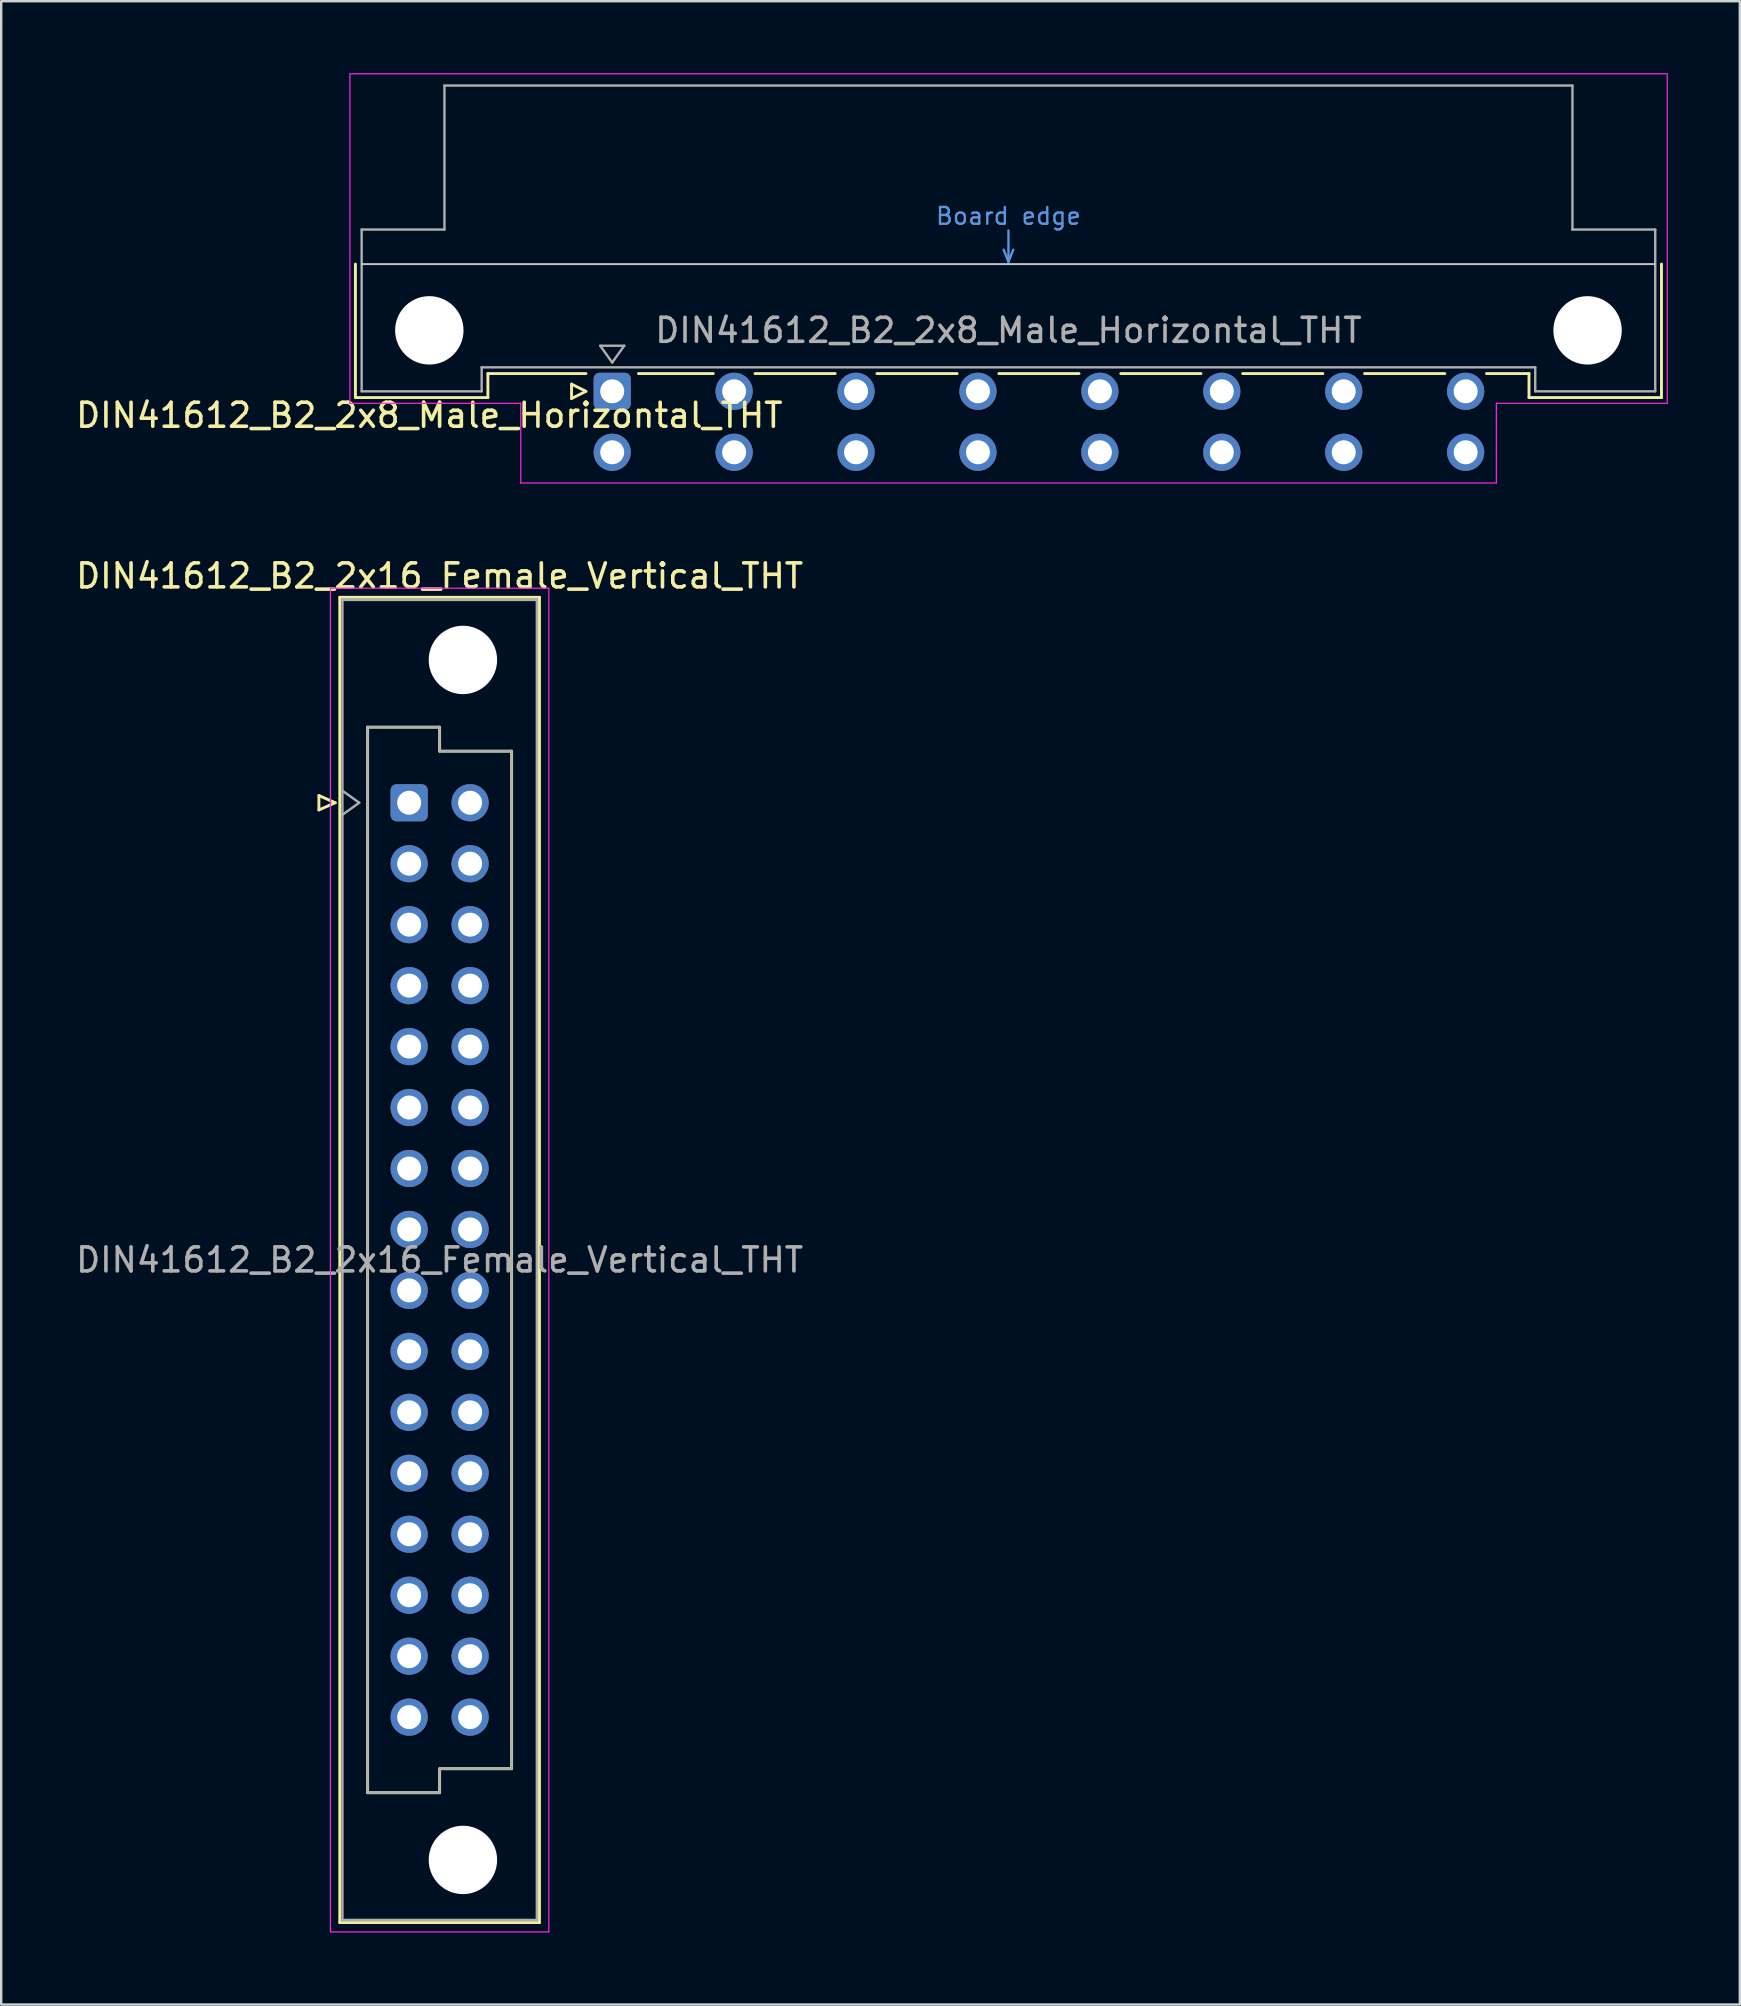
<source format=kicad_pcb>
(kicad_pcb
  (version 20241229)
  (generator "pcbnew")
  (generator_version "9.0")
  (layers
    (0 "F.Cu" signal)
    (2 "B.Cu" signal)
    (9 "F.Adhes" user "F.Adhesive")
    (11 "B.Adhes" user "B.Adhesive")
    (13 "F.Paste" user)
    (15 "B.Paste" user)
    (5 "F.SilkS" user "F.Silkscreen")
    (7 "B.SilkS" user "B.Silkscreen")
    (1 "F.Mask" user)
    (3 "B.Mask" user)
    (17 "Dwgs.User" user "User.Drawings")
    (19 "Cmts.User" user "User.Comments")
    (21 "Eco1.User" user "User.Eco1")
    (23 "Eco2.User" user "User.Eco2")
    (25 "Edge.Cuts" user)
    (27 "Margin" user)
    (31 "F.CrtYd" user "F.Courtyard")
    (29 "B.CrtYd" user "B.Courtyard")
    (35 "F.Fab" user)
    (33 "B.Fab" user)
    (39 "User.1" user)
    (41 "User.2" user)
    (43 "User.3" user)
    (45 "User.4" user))
  (footprint "DIN41612_B2_2x8_Male_Horizontal_THT"
    (layer "F.Cu")
    (at 19.919 13.255)
    (property "Reference" "DIN41612_B2_2x8_Male_Horizontal_THT" (at -5.08 1 0) (layer "F.SilkS") (effects (font (size 1 1) (thickness 0.15))))
    (attr through_hole)
    (fp_line (start -8.16 -5.3) (end -8.16 0.26) (stroke (width 0.12) (type solid)) (layer "F.SilkS"))
    (fp_line (start -8.16 0.26) (end -2.64 0.26) (stroke (width 0.12) (type solid)) (layer "F.SilkS"))
    (fp_line (start -2.64 -0.74) (end 1.445 -0.74) (stroke (width 0.12) (type solid)) (layer "F.SilkS"))
    (fp_line (start -2.64 0.26) (end -2.64 -0.74) (stroke (width 0.12) (type solid)) (layer "F.SilkS"))
    (fp_line (start 0.845 -0.3) (end 0.845 0.3) (stroke (width 0.12) (type solid)) (layer "F.SilkS"))
    (fp_line (start 0.845 0.3) (end 1.445 0) (stroke (width 0.12) (type solid)) (layer "F.SilkS"))
    (fp_line (start 1.445 0) (end 0.845 -0.3) (stroke (width 0.12) (type solid)) (layer "F.SilkS"))
    (fp_line (start 3.635 -0.74) (end 6.751 -0.74) (stroke (width 0.12) (type solid)) (layer "F.SilkS"))
    (fp_line (start 8.49 -0.74) (end 11.831 -0.74) (stroke (width 0.12) (type solid)) (layer "F.SilkS"))
    (fp_line (start 13.57 -0.74) (end 16.911 -0.74) (stroke (width 0.12) (type solid)) (layer "F.SilkS"))
    (fp_line (start 18.65 -0.74) (end 21.991 -0.74) (stroke (width 0.12) (type solid)) (layer "F.SilkS"))
    (fp_line (start 23.73 -0.74) (end 27.071 -0.74) (stroke (width 0.12) (type solid)) (layer "F.SilkS"))
    (fp_line (start 28.81 -0.74) (end 32.151 -0.74) (stroke (width 0.12) (type solid)) (layer "F.SilkS"))
    (fp_line (start 33.89 -0.74) (end 37.231 -0.74) (stroke (width 0.12) (type solid)) (layer "F.SilkS"))
    (fp_line (start 38.97 -0.74) (end 40.74 -0.74) (stroke (width 0.12) (type solid)) (layer "F.SilkS"))
    (fp_line (start 40.74 0.26) (end 40.74 -0.74) (stroke (width 0.12) (type solid)) (layer "F.SilkS"))
    (fp_line (start 46.26 -5.3) (end 46.26 0.26) (stroke (width 0.12) (type solid)) (layer "F.SilkS"))
    (fp_line (start 46.26 0.26) (end 40.74 0.26) (stroke (width 0.12) (type solid)) (layer "F.SilkS"))
    (fp_line (start -7.9 -5.3) (end 46 -5.3) (stroke (width 0.08) (type solid)) (layer "Dwgs.User"))
    (fp_line (start 18.85 -5.9) (end 19.05 -5.4) (stroke (width 0.1) (type solid)) (layer "Cmts.User"))
    (fp_line (start 19.05 -5.4) (end 19.05 -6.7) (stroke (width 0.1) (type solid)) (layer "Cmts.User"))
    (fp_line (start 19.05 -5.4) (end 19.25 -5.9) (stroke (width 0.1) (type solid)) (layer "Cmts.User"))
    (fp_line (start -8.39 -13.23) (end -8.39 0.5) (stroke (width 0.05) (type solid)) (layer "F.CrtYd"))
    (fp_line (start -8.39 0.5) (end -1.27 0.5) (stroke (width 0.05) (type solid)) (layer "F.CrtYd"))
    (fp_line (start -1.27 0.5) (end -1.27 3.82) (stroke (width 0.05) (type solid)) (layer "F.CrtYd"))
    (fp_line (start -1.27 3.82) (end 39.38 3.82) (stroke (width 0.05) (type solid)) (layer "F.CrtYd"))
    (fp_line (start 39.38 0.5) (end 46.5 0.5) (stroke (width 0.05) (type solid)) (layer "F.CrtYd"))
    (fp_line (start 39.38 3.82) (end 39.38 0.5) (stroke (width 0.05) (type solid)) (layer "F.CrtYd"))
    (fp_line (start 46.5 -13.23) (end -8.39 -13.23) (stroke (width 0.05) (type solid)) (layer "F.CrtYd"))
    (fp_line (start 46.5 0.5) (end 46.5 -13.23) (stroke (width 0.05) (type solid)) (layer "F.CrtYd"))
    (fp_line (start -7.9 -6.74) (end -7.9 0) (stroke (width 0.1) (type solid)) (layer "F.Fab"))
    (fp_line (start -7.9 0) (end -2.9 0) (stroke (width 0.1) (type solid)) (layer "F.Fab"))
    (fp_line (start -4.45 -12.74) (end -4.45 -6.74) (stroke (width 0.1) (type solid)) (layer "F.Fab"))
    (fp_line (start -4.45 -6.74) (end -7.9 -6.74) (stroke (width 0.1) (type solid)) (layer "F.Fab"))
    (fp_line (start -2.9 -1) (end 41 -1) (stroke (width 0.1) (type solid)) (layer "F.Fab"))
    (fp_line (start -2.9 0) (end -2.9 -1) (stroke (width 0.1) (type solid)) (layer "F.Fab"))
    (fp_line (start 2.04 -1.9) (end 3.04 -1.9) (stroke (width 0.1) (type solid)) (layer "F.Fab"))
    (fp_line (start 2.54 -1.2) (end 2.04 -1.9) (stroke (width 0.1) (type solid)) (layer "F.Fab"))
    (fp_line (start 3.04 -1.9) (end 2.54 -1.2) (stroke (width 0.1) (type solid)) (layer "F.Fab"))
    (fp_line (start 41 -1) (end 41 0) (stroke (width 0.1) (type solid)) (layer "F.Fab"))
    (fp_line (start 41 0) (end 46 0) (stroke (width 0.1) (type solid)) (layer "F.Fab"))
    (fp_line (start 42.55 -12.74) (end -4.45 -12.74) (stroke (width 0.1) (type solid)) (layer "F.Fab"))
    (fp_line (start 42.55 -6.74) (end 42.55 -12.74) (stroke (width 0.1) (type solid)) (layer "F.Fab"))
    (fp_line (start 46 -6.74) (end 42.55 -6.74) (stroke (width 0.1) (type solid)) (layer "F.Fab"))
    (fp_line (start 46 0) (end 46 -6.74) (stroke (width 0.1) (type solid)) (layer "F.Fab"))
    (fp_text user "Board edge" (at 19.05 -7.3 0) (layer "Cmts.User") (effects (font (size 0.7 0.7) (thickness 0.1))))
    (fp_text user "${REFERENCE}" (at 19.05 -2.54 0) (layer "F.Fab") (effects (font (size 1 1) (thickness 0.15))))
    (pad "" np_thru_hole circle (at -5.08 -2.54) (size 2.85 2.85) (drill 2.85) (layers "*.Cu" "*.Mask"))
    (pad "" np_thru_hole circle (at 43.18 -2.54) (size 2.85 2.85) (drill 2.85) (layers "*.Cu" "*.Mask"))
    (pad "a2" thru_hole roundrect (at 2.54 0) (size 1.55 1.55) (drill 1) (layers "*.Cu" "*.Mask") (roundrect_rratio 0.161))
    (pad "a4" thru_hole circle (at 7.62 0) (size 1.55 1.55) (drill 1) (layers "*.Cu" "*.Mask"))
    (pad "a6" thru_hole circle (at 12.7 0) (size 1.55 1.55) (drill 1) (layers "*.Cu" "*.Mask"))
    (pad "a8" thru_hole circle (at 17.78 0) (size 1.55 1.55) (drill 1) (layers "*.Cu" "*.Mask"))
    (pad "a10" thru_hole circle (at 22.86 0) (size 1.55 1.55) (drill 1) (layers "*.Cu" "*.Mask"))
    (pad "a12" thru_hole circle (at 27.94 0) (size 1.55 1.55) (drill 1) (layers "*.Cu" "*.Mask"))
    (pad "a14" thru_hole circle (at 33.02 0) (size 1.55 1.55) (drill 1) (layers "*.Cu" "*.Mask"))
    (pad "a16" thru_hole circle (at 38.1 0) (size 1.55 1.55) (drill 1) (layers "*.Cu" "*.Mask"))
    (pad "b2" thru_hole circle (at 2.54 2.54) (size 1.55 1.55) (drill 1) (layers "*.Cu" "*.Mask"))
    (pad "b4" thru_hole circle (at 7.62 2.54) (size 1.55 1.55) (drill 1) (layers "*.Cu" "*.Mask"))
    (pad "b6" thru_hole circle (at 12.7 2.54) (size 1.55 1.55) (drill 1) (layers "*.Cu" "*.Mask"))
    (pad "b8" thru_hole circle (at 17.78 2.54) (size 1.55 1.55) (drill 1) (layers "*.Cu" "*.Mask"))
    (pad "b10" thru_hole circle (at 22.86 2.54) (size 1.55 1.55) (drill 1) (layers "*.Cu" "*.Mask"))
    (pad "b12" thru_hole circle (at 27.94 2.54) (size 1.55 1.55) (drill 1) (layers "*.Cu" "*.Mask"))
    (pad "b14" thru_hole circle (at 33.02 2.54) (size 1.55 1.55) (drill 1) (layers "*.Cu" "*.Mask"))
    (pad "b16" thru_hole circle (at 38.1 2.54) (size 1.55 1.55) (drill 1) (layers "*.Cu" "*.Mask")))
  (footprint "DIN41612_B2_2x16_Female_Vertical_THT"
    (layer "F.Cu")
    (at 13.998 30.398)
    (property "Reference" "DIN41612_B2_2x16_Female_Vertical_THT" (at 1.27 -9.45 0) (layer "F.SilkS") (effects (font (size 1 1) (thickness 0.15))))
    (attr through_hole)
    (fp_line (start -3.76 -0.3) (end -3.76 0.3) (stroke (width 0.12) (type solid)) (layer "F.SilkS"))
    (fp_line (start -3.76 0.3) (end -3.08 0) (stroke (width 0.12) (type solid)) (layer "F.SilkS"))
    (fp_line (start -3.08 0) (end -3.76 -0.3) (stroke (width 0.12) (type solid)) (layer "F.SilkS"))
    (fp_line (start -2.89 -8.56) (end 5.43 -8.56) (stroke (width 0.12) (type solid)) (layer "F.SilkS"))
    (fp_line (start -2.89 46.66) (end -2.89 -8.56) (stroke (width 0.12) (type solid)) (layer "F.SilkS"))
    (fp_line (start -1.73 -3.15) (end 1.27 -3.15) (stroke (width 0.12) (type solid)) (layer "F.SilkS"))
    (fp_line (start -1.73 41.25) (end -1.73 -3.15) (stroke (width 0.12) (type solid)) (layer "F.SilkS"))
    (fp_line (start 1.27 -3.15) (end 1.27 -2.15) (stroke (width 0.12) (type solid)) (layer "F.SilkS"))
    (fp_line (start 1.27 -2.15) (end 4.27 -2.15) (stroke (width 0.12) (type solid)) (layer "F.SilkS"))
    (fp_line (start 1.27 40.25) (end 1.27 41.25) (stroke (width 0.12) (type solid)) (layer "F.SilkS"))
    (fp_line (start 1.27 41.25) (end -1.73 41.25) (stroke (width 0.12) (type solid)) (layer "F.SilkS"))
    (fp_line (start 4.27 -2.15) (end 4.27 40.25) (stroke (width 0.12) (type solid)) (layer "F.SilkS"))
    (fp_line (start 4.27 40.25) (end 1.27 40.25) (stroke (width 0.12) (type solid)) (layer "F.SilkS"))
    (fp_line (start 5.43 -8.56) (end 5.43 46.66) (stroke (width 0.12) (type solid)) (layer "F.SilkS"))
    (fp_line (start 5.43 46.66) (end -2.89 46.66) (stroke (width 0.12) (type solid)) (layer "F.SilkS"))
    (fp_line (start -3.28 -8.94) (end 5.82 -8.94) (stroke (width 0.05) (type solid)) (layer "F.CrtYd"))
    (fp_line (start -3.28 47.05) (end -3.28 -8.94) (stroke (width 0.05) (type solid)) (layer "F.CrtYd"))
    (fp_line (start 5.82 -8.94) (end 5.82 47.05) (stroke (width 0.05) (type solid)) (layer "F.CrtYd"))
    (fp_line (start 5.82 47.05) (end -3.28 47.05) (stroke (width 0.05) (type solid)) (layer "F.CrtYd"))
    (fp_line (start -2.78 -8.45) (end 5.32 -8.45) (stroke (width 0.1) (type solid)) (layer "F.Fab"))
    (fp_line (start -2.78 -0.5) (end -2.08 0) (stroke (width 0.1) (type solid)) (layer "F.Fab"))
    (fp_line (start -2.78 46.55) (end -2.78 -8.45) (stroke (width 0.1) (type solid)) (layer "F.Fab"))
    (fp_line (start -2.08 0) (end -2.78 0.5) (stroke (width 0.1) (type solid)) (layer "F.Fab"))
    (fp_line (start -1.73 -3.15) (end 1.27 -3.15) (stroke (width 0.1) (type solid)) (layer "F.Fab"))
    (fp_line (start -1.73 41.25) (end -1.73 -3.15) (stroke (width 0.1) (type solid)) (layer "F.Fab"))
    (fp_line (start 1.27 -3.15) (end 1.27 -2.15) (stroke (width 0.1) (type solid)) (layer "F.Fab"))
    (fp_line (start 1.27 -2.15) (end 4.27 -2.15) (stroke (width 0.1) (type solid)) (layer "F.Fab"))
    (fp_line (start 1.27 40.25) (end 1.27 41.25) (stroke (width 0.1) (type solid)) (layer "F.Fab"))
    (fp_line (start 1.27 41.25) (end -1.73 41.25) (stroke (width 0.1) (type solid)) (layer "F.Fab"))
    (fp_line (start 4.27 -2.15) (end 4.27 40.25) (stroke (width 0.1) (type solid)) (layer "F.Fab"))
    (fp_line (start 4.27 40.25) (end 1.27 40.25) (stroke (width 0.1) (type solid)) (layer "F.Fab"))
    (fp_line (start 5.32 -8.45) (end 5.32 46.55) (stroke (width 0.1) (type solid)) (layer "F.Fab"))
    (fp_line (start 5.32 46.55) (end -2.78 46.55) (stroke (width 0.1) (type solid)) (layer "F.Fab"))
    (fp_text user "${REFERENCE}" (at 1.27 19.05 0) (layer "F.Fab") (effects (font (size 1 1) (thickness 0.15))))
    (pad "" np_thru_hole circle (at 2.24 -5.95) (size 2.85 2.85) (drill 2.85) (layers "*.Cu" "*.Mask"))
    (pad "" np_thru_hole circle (at 2.24 44.05) (size 2.85 2.85) (drill 2.85) (layers "*.Cu" "*.Mask"))
    (pad "a1" thru_hole roundrect (at 0 0) (size 1.55 1.55) (drill 1) (layers "*.Cu" "*.Mask") (roundrect_rratio 0.161))
    (pad "a2" thru_hole circle (at 0 2.54) (size 1.55 1.55) (drill 1) (layers "*.Cu" "*.Mask"))
    (pad "a3" thru_hole circle (at 0 5.08) (size 1.55 1.55) (drill 1) (layers "*.Cu" "*.Mask"))
    (pad "a4" thru_hole circle (at 0 7.62) (size 1.55 1.55) (drill 1) (layers "*.Cu" "*.Mask"))
    (pad "a5" thru_hole circle (at 0 10.16) (size 1.55 1.55) (drill 1) (layers "*.Cu" "*.Mask"))
    (pad "a6" thru_hole circle (at 0 12.7) (size 1.55 1.55) (drill 1) (layers "*.Cu" "*.Mask"))
    (pad "a7" thru_hole circle (at 0 15.24) (size 1.55 1.55) (drill 1) (layers "*.Cu" "*.Mask"))
    (pad "a8" thru_hole circle (at 0 17.78) (size 1.55 1.55) (drill 1) (layers "*.Cu" "*.Mask"))
    (pad "a9" thru_hole circle (at 0 20.32) (size 1.55 1.55) (drill 1) (layers "*.Cu" "*.Mask"))
    (pad "a10" thru_hole circle (at 0 22.86) (size 1.55 1.55) (drill 1) (layers "*.Cu" "*.Mask"))
    (pad "a11" thru_hole circle (at 0 25.4) (size 1.55 1.55) (drill 1) (layers "*.Cu" "*.Mask"))
    (pad "a12" thru_hole circle (at 0 27.94) (size 1.55 1.55) (drill 1) (layers "*.Cu" "*.Mask"))
    (pad "a13" thru_hole circle (at 0 30.48) (size 1.55 1.55) (drill 1) (layers "*.Cu" "*.Mask"))
    (pad "a14" thru_hole circle (at 0 33.02) (size 1.55 1.55) (drill 1) (layers "*.Cu" "*.Mask"))
    (pad "a15" thru_hole circle (at 0 35.56) (size 1.55 1.55) (drill 1) (layers "*.Cu" "*.Mask"))
    (pad "a16" thru_hole circle (at 0 38.1) (size 1.55 1.55) (drill 1) (layers "*.Cu" "*.Mask"))
    (pad "b1" thru_hole circle (at 2.54 0) (size 1.55 1.55) (drill 1) (layers "*.Cu" "*.Mask"))
    (pad "b2" thru_hole circle (at 2.54 2.54) (size 1.55 1.55) (drill 1) (layers "*.Cu" "*.Mask"))
    (pad "b3" thru_hole circle (at 2.54 5.08) (size 1.55 1.55) (drill 1) (layers "*.Cu" "*.Mask"))
    (pad "b4" thru_hole circle (at 2.54 7.62) (size 1.55 1.55) (drill 1) (layers "*.Cu" "*.Mask"))
    (pad "b5" thru_hole circle (at 2.54 10.16) (size 1.55 1.55) (drill 1) (layers "*.Cu" "*.Mask"))
    (pad "b6" thru_hole circle (at 2.54 12.7) (size 1.55 1.55) (drill 1) (layers "*.Cu" "*.Mask"))
    (pad "b7" thru_hole circle (at 2.54 15.24) (size 1.55 1.55) (drill 1) (layers "*.Cu" "*.Mask"))
    (pad "b8" thru_hole circle (at 2.54 17.78) (size 1.55 1.55) (drill 1) (layers "*.Cu" "*.Mask"))
    (pad "b9" thru_hole circle (at 2.54 20.32) (size 1.55 1.55) (drill 1) (layers "*.Cu" "*.Mask"))
    (pad "b10" thru_hole circle (at 2.54 22.86) (size 1.55 1.55) (drill 1) (layers "*.Cu" "*.Mask"))
    (pad "b11" thru_hole circle (at 2.54 25.4) (size 1.55 1.55) (drill 1) (layers "*.Cu" "*.Mask"))
    (pad "b12" thru_hole circle (at 2.54 27.94) (size 1.55 1.55) (drill 1) (layers "*.Cu" "*.Mask"))
    (pad "b13" thru_hole circle (at 2.54 30.48) (size 1.55 1.55) (drill 1) (layers "*.Cu" "*.Mask"))
    (pad "b14" thru_hole circle (at 2.54 33.02) (size 1.55 1.55) (drill 1) (layers "*.Cu" "*.Mask"))
    (pad "b15" thru_hole circle (at 2.54 35.56) (size 1.55 1.55) (drill 1) (layers "*.Cu" "*.Mask"))
    (pad "b16" thru_hole circle (at 2.54 38.1) (size 1.55 1.55) (drill 1) (layers "*.Cu" "*.Mask")))
  (gr_rect
    (start -3 -3)
    (end 69.444 80.473)
    (stroke (width 0.1) (type default))
    (fill no)
    (layer "Edge.Cuts")))
</source>
